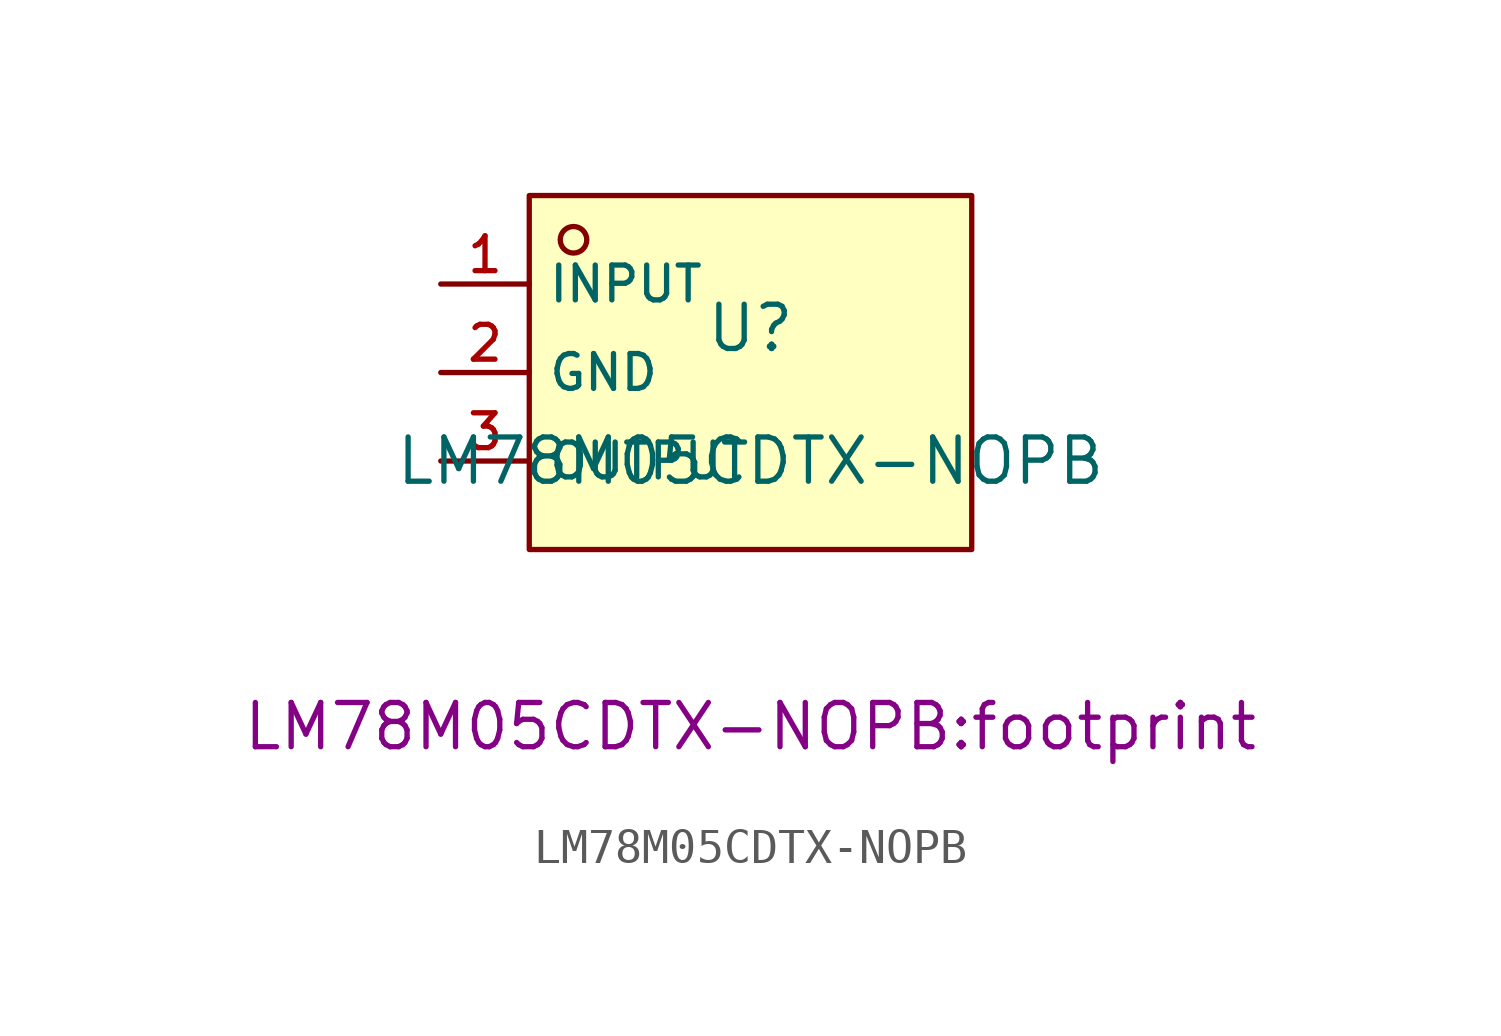
<source format=kicad_sym>
(kicad_symbol_lib
  (version 20210201)
  (generator TousstNicolas/JLC2KiCad_lib)
  (symbol "LM78M05CDTX-NOPB"
    (property "Reference" "U"
      (at 0 1.27 0)
      (effects (font (size 1.27 1.27))))
    (property "Value" "LM78M05CDTX-NOPB"
      (at 0 -2.54 0)
      (effects (font (size 1.27 1.27))))
    (property "Footprint" "LM78M05CDTX-NOPB:footprint"
      (at 0 -10.16 0))
    (symbol "LM78M05CDTX-NOPB_0_1"
      (rectangle (start -6.35 5.08) (end 6.35 -5.08) (stroke (width 0) (type default) (color 0 0 0 0)) (fill (type background)))
      (circle (center -5.08 3.81) (radius 0.381) (stroke (width 0) (type default) (color 0 0 0 0)) (fill (type background)))
      (pin unspecified line (at -8.89 2.54 0) (length 2.54) (name "INPUT" (effects (font (size 1 1)))) (number "1" (effects (font (size 1 1)))))
      (pin unspecified line (at -8.89 -0.0 0) (length 2.54) (name "GND" (effects (font (size 1 1)))) (number "2" (effects (font (size 1 1)))))
      (pin unspecified line (at -8.89 -2.54 0) (length 2.54) (name "OUTPUT" (effects (font (size 1 1)))) (number "3" (effects (font (size 1 1))))))))
</source>
